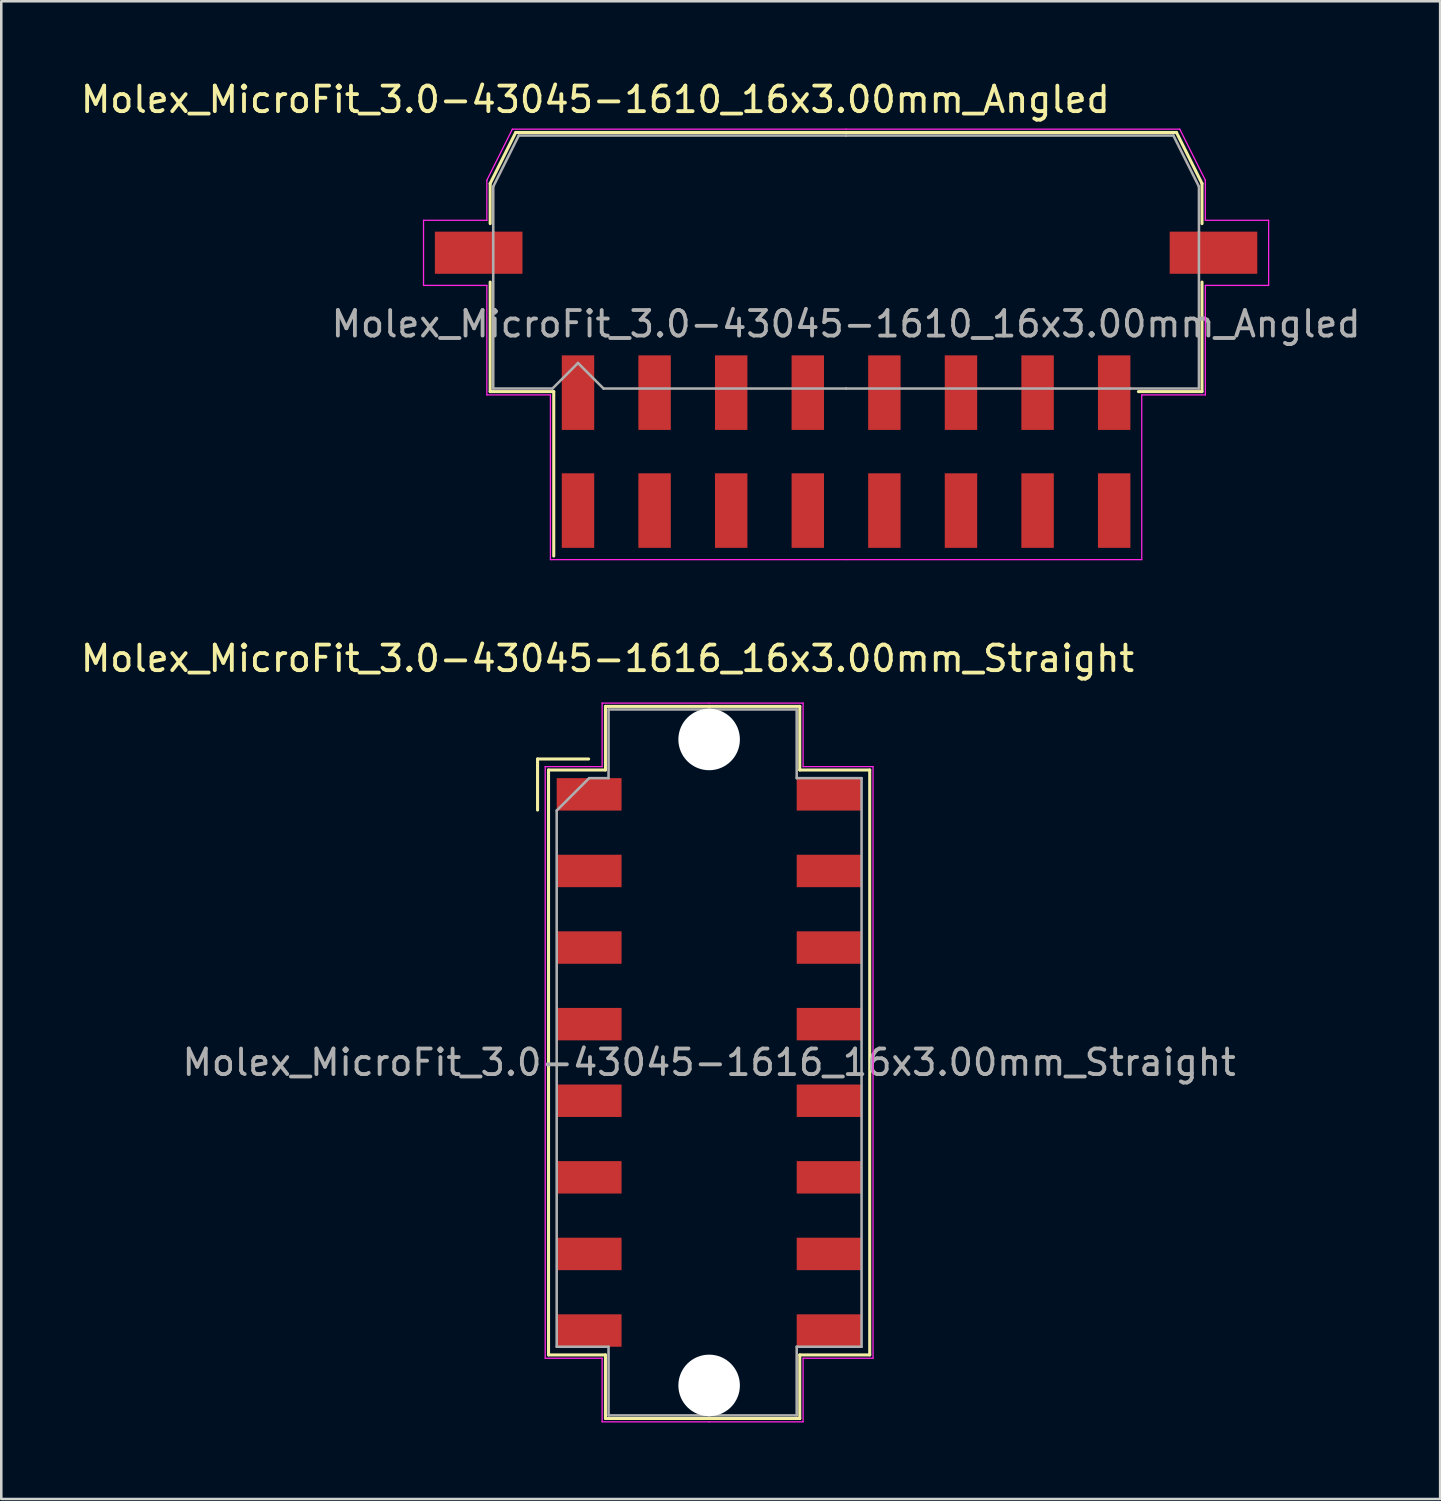
<source format=kicad_pcb>
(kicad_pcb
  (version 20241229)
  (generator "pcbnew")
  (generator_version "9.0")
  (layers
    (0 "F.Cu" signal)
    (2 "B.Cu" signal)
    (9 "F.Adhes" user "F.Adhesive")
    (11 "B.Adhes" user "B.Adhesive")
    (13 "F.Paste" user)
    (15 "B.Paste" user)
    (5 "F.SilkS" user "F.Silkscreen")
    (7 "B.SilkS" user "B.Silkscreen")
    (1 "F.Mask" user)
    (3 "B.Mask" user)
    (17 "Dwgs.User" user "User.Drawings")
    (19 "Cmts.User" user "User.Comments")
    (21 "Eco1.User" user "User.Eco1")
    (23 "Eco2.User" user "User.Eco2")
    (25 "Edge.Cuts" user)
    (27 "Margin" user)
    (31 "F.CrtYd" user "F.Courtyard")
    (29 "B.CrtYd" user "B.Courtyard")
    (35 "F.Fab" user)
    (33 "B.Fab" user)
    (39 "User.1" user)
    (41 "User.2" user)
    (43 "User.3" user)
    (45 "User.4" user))
  (footprint "Molex_MicroFit_3.0-43045-1610_16x3.00mm_Angled"
    (layer "F.Cu")
    (at 30.088 14.638)
    (property "Reference" "Molex_MicroFit_3.0-43045-1610_16x3.00mm_Angled" (at -9.82 -13.79 0) (layer "F.SilkS") (effects (font (size 1 1) (thickness 0.15))))
    (attr smd)
    (fp_line (start -13.94 -10.5) (end -13.94 -8.93) (stroke (width 0.12) (type solid)) (layer "F.SilkS"))
    (fp_line (start -13.94 -6.64) (end -13.94 -2.35) (stroke (width 0.12) (type solid)) (layer "F.SilkS"))
    (fp_line (start -13.94 -2.35) (end -11.45 -2.35) (stroke (width 0.12) (type solid)) (layer "F.SilkS"))
    (fp_line (start -12.94 -12.5) (end -13.94 -10.5) (stroke (width 0.12) (type solid)) (layer "F.SilkS"))
    (fp_line (start -11.45 -2.35) (end -11.45 4.09) (stroke (width 0.12) (type solid)) (layer "F.SilkS"))
    (fp_line (start 0 -12.5) (end -12.94 -12.5) (stroke (width 0.12) (type solid)) (layer "F.SilkS"))
    (fp_line (start 0 -12.5) (end 12.94 -12.5) (stroke (width 0.12) (type solid)) (layer "F.SilkS"))
    (fp_line (start 12.94 -12.5) (end 13.94 -10.5) (stroke (width 0.12) (type solid)) (layer "F.SilkS"))
    (fp_line (start 13.94 -10.5) (end 13.94 -8.93) (stroke (width 0.12) (type solid)) (layer "F.SilkS"))
    (fp_line (start 13.94 -6.64) (end 13.94 -2.35) (stroke (width 0.12) (type solid)) (layer "F.SilkS"))
    (fp_line (start 13.94 -2.35) (end 11.45 -2.35) (stroke (width 0.12) (type solid)) (layer "F.SilkS"))
    (fp_line (start -16.55 -9.06) (end -16.55 -6.51) (stroke (width 0.05) (type solid)) (layer "F.CrtYd"))
    (fp_line (start -16.55 -6.51) (end -14.07 -6.51) (stroke (width 0.05) (type solid)) (layer "F.CrtYd"))
    (fp_line (start -14.07 -10.63) (end -14.07 -9.06) (stroke (width 0.05) (type solid)) (layer "F.CrtYd"))
    (fp_line (start -14.07 -9.06) (end -16.55 -9.06) (stroke (width 0.05) (type solid)) (layer "F.CrtYd"))
    (fp_line (start -14.07 -6.51) (end -14.07 -2.22) (stroke (width 0.05) (type solid)) (layer "F.CrtYd"))
    (fp_line (start -14.07 -2.22) (end -11.58 -2.22) (stroke (width 0.05) (type solid)) (layer "F.CrtYd"))
    (fp_line (start -13.07 -12.63) (end -14.07 -10.63) (stroke (width 0.05) (type solid)) (layer "F.CrtYd"))
    (fp_line (start -11.58 -2.22) (end -11.58 4.23) (stroke (width 0.05) (type solid)) (layer "F.CrtYd"))
    (fp_line (start -11.58 4.23) (end 0 4.23) (stroke (width 0.05) (type solid)) (layer "F.CrtYd"))
    (fp_line (start 0 -12.63) (end -13.07 -12.63) (stroke (width 0.05) (type solid)) (layer "F.CrtYd"))
    (fp_line (start 0 -12.63) (end 13.07 -12.63) (stroke (width 0.05) (type solid)) (layer "F.CrtYd"))
    (fp_line (start 11.58 -2.22) (end 11.58 4.23) (stroke (width 0.05) (type solid)) (layer "F.CrtYd"))
    (fp_line (start 11.58 4.23) (end 0 4.23) (stroke (width 0.05) (type solid)) (layer "F.CrtYd"))
    (fp_line (start 13.07 -12.63) (end 14.07 -10.63) (stroke (width 0.05) (type solid)) (layer "F.CrtYd"))
    (fp_line (start 14.07 -10.63) (end 14.07 -9.06) (stroke (width 0.05) (type solid)) (layer "F.CrtYd"))
    (fp_line (start 14.07 -9.06) (end 16.55 -9.06) (stroke (width 0.05) (type solid)) (layer "F.CrtYd"))
    (fp_line (start 14.07 -6.51) (end 14.07 -2.22) (stroke (width 0.05) (type solid)) (layer "F.CrtYd"))
    (fp_line (start 14.07 -2.22) (end 11.58 -2.22) (stroke (width 0.05) (type solid)) (layer "F.CrtYd"))
    (fp_line (start 16.55 -9.06) (end 16.55 -6.51) (stroke (width 0.05) (type solid)) (layer "F.CrtYd"))
    (fp_line (start 16.55 -6.51) (end 14.07 -6.51) (stroke (width 0.05) (type solid)) (layer "F.CrtYd"))
    (fp_line (start -13.82 -10.38) (end -13.82 -8.61) (stroke (width 0.1) (type solid)) (layer "F.Fab"))
    (fp_line (start -13.82 -8.61) (end -13.82 -2.47) (stroke (width 0.1) (type solid)) (layer "F.Fab"))
    (fp_line (start -13.82 -2.47) (end -11.5 -2.47) (stroke (width 0.1) (type solid)) (layer "F.Fab"))
    (fp_line (start -12.82 -12.38) (end -13.82 -10.38) (stroke (width 0.1) (type solid)) (layer "F.Fab"))
    (fp_line (start -11.5 -2.47) (end -10.5 -3.47) (stroke (width 0.1) (type solid)) (layer "F.Fab"))
    (fp_line (start -10.5 -3.47) (end -9.5 -2.47) (stroke (width 0.1) (type solid)) (layer "F.Fab"))
    (fp_line (start -9.5 -2.47) (end 0 -2.47) (stroke (width 0.1) (type solid)) (layer "F.Fab"))
    (fp_line (start 0 -12.38) (end -12.82 -12.38) (stroke (width 0.1) (type solid)) (layer "F.Fab"))
    (fp_line (start 0 -12.38) (end 12.82 -12.38) (stroke (width 0.1) (type solid)) (layer "F.Fab"))
    (fp_line (start 11.13 -2.47) (end 0 -2.47) (stroke (width 0.1) (type solid)) (layer "F.Fab"))
    (fp_line (start 12.82 -12.38) (end 13.82 -10.38) (stroke (width 0.1) (type solid)) (layer "F.Fab"))
    (fp_line (start 13.82 -10.38) (end 13.82 -8.61) (stroke (width 0.1) (type solid)) (layer "F.Fab"))
    (fp_line (start 13.82 -8.61) (end 13.82 -2.47) (stroke (width 0.1) (type solid)) (layer "F.Fab"))
    (fp_line (start 13.82 -2.47) (end 11.13 -2.47) (stroke (width 0.1) (type solid)) (layer "F.Fab"))
    (fp_text user "${REFERENCE}" (at 0 -5 0) (layer "F.Fab") (effects (font (size 1 1) (thickness 0.15))))
    (pad "" smd rect (at -14.39 -7.79) (size 3.43 1.65) (layers "F.Cu" "F.Mask" "F.Paste"))
    (pad "" smd rect (at 14.39 -7.79) (size 3.43 1.65) (layers "F.Cu" "F.Mask" "F.Paste"))
    (pad "1" smd rect (at -10.5 -2.31) (size 1.27 2.92) (layers "F.Cu" "F.Mask" "F.Paste"))
    (pad "2" smd rect (at -7.5 -2.31) (size 1.27 2.92) (layers "F.Cu" "F.Mask" "F.Paste"))
    (pad "3" smd rect (at -4.5 -2.31) (size 1.27 2.92) (layers "F.Cu" "F.Mask" "F.Paste"))
    (pad "4" smd rect (at -1.5 -2.31) (size 1.27 2.92) (layers "F.Cu" "F.Mask" "F.Paste"))
    (pad "5" smd rect (at 1.5 -2.31) (size 1.27 2.92) (layers "F.Cu" "F.Mask" "F.Paste"))
    (pad "6" smd rect (at 4.5 -2.31) (size 1.27 2.92) (layers "F.Cu" "F.Mask" "F.Paste"))
    (pad "7" smd rect (at 7.5 -2.31) (size 1.27 2.92) (layers "F.Cu" "F.Mask" "F.Paste"))
    (pad "8" smd rect (at 10.5 -2.31) (size 1.27 2.92) (layers "F.Cu" "F.Mask" "F.Paste"))
    (pad "9" smd rect (at 10.5 2.31) (size 1.27 2.92) (layers "F.Cu" "F.Mask" "F.Paste"))
    (pad "10" smd rect (at 7.5 2.31) (size 1.27 2.92) (layers "F.Cu" "F.Mask" "F.Paste"))
    (pad "11" smd rect (at 4.5 2.31) (size 1.27 2.92) (layers "F.Cu" "F.Mask" "F.Paste"))
    (pad "12" smd rect (at 1.5 2.31) (size 1.27 2.92) (layers "F.Cu" "F.Mask" "F.Paste"))
    (pad "13" smd rect (at -1.5 2.31) (size 1.27 2.92) (layers "F.Cu" "F.Mask" "F.Paste"))
    (pad "14" smd rect (at -4.5 2.31) (size 1.27 2.92) (layers "F.Cu" "F.Mask" "F.Paste"))
    (pad "15" smd rect (at -7.5 2.31) (size 1.27 2.92) (layers "F.Cu" "F.Mask" "F.Paste"))
    (pad "16" smd rect (at -10.5 2.31) (size 1.27 2.92) (layers "F.Cu" "F.Mask" "F.Paste")))
  (footprint "Molex_MicroFit_3.0-43045-1616_16x3.00mm_Straight"
    (layer "F.Cu")
    (at 24.724 38.562)
    (property "Reference" "Molex_MicroFit_3.0-43045-1616_16x3.00mm_Straight" (at -3.98 -15.82 0) (layer "F.SilkS") (effects (font (size 1 1) (thickness 0.15))))
    (attr smd)
    (fp_line (start -6.72 -11.885) (end -6.72 -9.885) (stroke (width 0.12) (type solid)) (layer "F.SilkS"))
    (fp_line (start -6.29 -11.455) (end -4.06 -11.455) (stroke (width 0.12) (type solid)) (layer "F.SilkS"))
    (fp_line (start -6.29 11.455) (end -6.29 -11.455) (stroke (width 0.12) (type solid)) (layer "F.SilkS"))
    (fp_line (start -4.72 -11.885) (end -6.72 -11.885) (stroke (width 0.12) (type solid)) (layer "F.SilkS"))
    (fp_line (start -4.06 -13.945) (end 0 -13.945) (stroke (width 0.12) (type solid)) (layer "F.SilkS"))
    (fp_line (start -4.06 -11.455) (end -4.06 -13.945) (stroke (width 0.12) (type solid)) (layer "F.SilkS"))
    (fp_line (start -4.06 11.455) (end -6.29 11.455) (stroke (width 0.12) (type solid)) (layer "F.SilkS"))
    (fp_line (start -4.06 13.945) (end -4.06 11.455) (stroke (width 0.12) (type solid)) (layer "F.SilkS"))
    (fp_line (start 0 -13.945) (end 3.55 -13.945) (stroke (width 0.12) (type solid)) (layer "F.SilkS"))
    (fp_line (start 0 13.945) (end -4.06 13.945) (stroke (width 0.12) (type solid)) (layer "F.SilkS"))
    (fp_line (start 3.55 -13.945) (end 3.55 -11.455) (stroke (width 0.12) (type solid)) (layer "F.SilkS"))
    (fp_line (start 3.55 -11.455) (end 6.29 -11.455) (stroke (width 0.12) (type solid)) (layer "F.SilkS"))
    (fp_line (start 3.55 11.455) (end 3.55 13.945) (stroke (width 0.12) (type solid)) (layer "F.SilkS"))
    (fp_line (start 3.55 13.945) (end 0 13.945) (stroke (width 0.12) (type solid)) (layer "F.SilkS"))
    (fp_line (start 6.29 -11.455) (end 6.29 11.455) (stroke (width 0.12) (type solid)) (layer "F.SilkS"))
    (fp_line (start 6.29 11.455) (end 3.55 11.455) (stroke (width 0.12) (type solid)) (layer "F.SilkS"))
    (fp_line (start -6.42 -11.585) (end -4.19 -11.585) (stroke (width 0.05) (type solid)) (layer "F.CrtYd"))
    (fp_line (start -6.42 11.585) (end -6.42 -11.585) (stroke (width 0.05) (type solid)) (layer "F.CrtYd"))
    (fp_line (start -4.19 -14.075) (end 0 -14.075) (stroke (width 0.05) (type solid)) (layer "F.CrtYd"))
    (fp_line (start -4.19 -11.585) (end -4.19 -14.075) (stroke (width 0.05) (type solid)) (layer "F.CrtYd"))
    (fp_line (start -4.19 11.585) (end -6.42 11.585) (stroke (width 0.05) (type solid)) (layer "F.CrtYd"))
    (fp_line (start -4.19 14.075) (end -4.19 11.585) (stroke (width 0.05) (type solid)) (layer "F.CrtYd"))
    (fp_line (start 0 -14.075) (end 3.68 -14.075) (stroke (width 0.05) (type solid)) (layer "F.CrtYd"))
    (fp_line (start 0 14.075) (end -4.19 14.075) (stroke (width 0.05) (type solid)) (layer "F.CrtYd"))
    (fp_line (start 3.68 -14.075) (end 3.68 -11.585) (stroke (width 0.05) (type solid)) (layer "F.CrtYd"))
    (fp_line (start 3.68 -11.585) (end 6.42 -11.585) (stroke (width 0.05) (type solid)) (layer "F.CrtYd"))
    (fp_line (start 3.68 11.585) (end 3.68 14.075) (stroke (width 0.05) (type solid)) (layer "F.CrtYd"))
    (fp_line (start 3.68 14.075) (end 0 14.075) (stroke (width 0.05) (type solid)) (layer "F.CrtYd"))
    (fp_line (start 6.42 -11.585) (end 6.42 11.585) (stroke (width 0.05) (type solid)) (layer "F.CrtYd"))
    (fp_line (start 6.42 11.585) (end 3.68 11.585) (stroke (width 0.05) (type solid)) (layer "F.CrtYd"))
    (fp_line (start -5.97 -9.865) (end -4.7 -11.135) (stroke (width 0.1) (type solid)) (layer "F.Fab"))
    (fp_line (start -5.97 11.135) (end -5.97 -9.865) (stroke (width 0.1) (type solid)) (layer "F.Fab"))
    (fp_line (start -4.7 -11.135) (end -3.94 -11.135) (stroke (width 0.1) (type solid)) (layer "F.Fab"))
    (fp_line (start -3.94 -13.825) (end 0 -13.825) (stroke (width 0.1) (type solid)) (layer "F.Fab"))
    (fp_line (start -3.94 -11.135) (end -3.94 -13.825) (stroke (width 0.1) (type solid)) (layer "F.Fab"))
    (fp_line (start -3.94 11.135) (end -5.97 11.135) (stroke (width 0.1) (type solid)) (layer "F.Fab"))
    (fp_line (start -3.94 13.825) (end -3.94 11.135) (stroke (width 0.1) (type solid)) (layer "F.Fab"))
    (fp_line (start 0 -13.825) (end 3.43 -13.825) (stroke (width 0.1) (type solid)) (layer "F.Fab"))
    (fp_line (start 0 13.825) (end -3.94 13.825) (stroke (width 0.1) (type solid)) (layer "F.Fab"))
    (fp_line (start 3.43 -13.825) (end 3.43 -11.135) (stroke (width 0.1) (type solid)) (layer "F.Fab"))
    (fp_line (start 3.43 -11.135) (end 5.97 -11.135) (stroke (width 0.1) (type solid)) (layer "F.Fab"))
    (fp_line (start 3.43 11.135) (end 3.43 13.825) (stroke (width 0.1) (type solid)) (layer "F.Fab"))
    (fp_line (start 3.43 13.825) (end 0 13.825) (stroke (width 0.1) (type solid)) (layer "F.Fab"))
    (fp_line (start 5.97 -11.135) (end 5.97 11.135) (stroke (width 0.1) (type solid)) (layer "F.Fab"))
    (fp_line (start 5.97 11.135) (end 3.43 11.135) (stroke (width 0.1) (type solid)) (layer "F.Fab"))
    (fp_text user "${REFERENCE}" (at 0 0 0) (layer "F.Fab") (effects (font (size 1 1) (thickness 0.15))))
    (pad "" np_thru_hole circle (at 0 -12.65) (size 2.41 2.41) (drill 2.41) (layers "*.Cu"))
    (pad "" np_thru_hole circle (at 0 12.65) (size 2.41 2.41) (drill 2.41) (layers "*.Cu"))
    (pad "1" smd rect (at -4.7 -10.5) (size 2.54 1.27) (layers "F.Cu" "F.Mask" "F.Paste"))
    (pad "2" smd rect (at -4.7 -7.5) (size 2.54 1.27) (layers "F.Cu" "F.Mask" "F.Paste"))
    (pad "3" smd rect (at -4.7 -4.5) (size 2.54 1.27) (layers "F.Cu" "F.Mask" "F.Paste"))
    (pad "4" smd rect (at -4.7 -1.5) (size 2.54 1.27) (layers "F.Cu" "F.Mask" "F.Paste"))
    (pad "5" smd rect (at -4.7 1.5) (size 2.54 1.27) (layers "F.Cu" "F.Mask" "F.Paste"))
    (pad "6" smd rect (at -4.7 4.5) (size 2.54 1.27) (layers "F.Cu" "F.Mask" "F.Paste"))
    (pad "7" smd rect (at -4.7 7.5) (size 2.54 1.27) (layers "F.Cu" "F.Mask" "F.Paste"))
    (pad "8" smd rect (at -4.7 10.5) (size 2.54 1.27) (layers "F.Cu" "F.Mask" "F.Paste"))
    (pad "9" smd rect (at 4.7 10.5) (size 2.54 1.27) (layers "F.Cu" "F.Mask" "F.Paste"))
    (pad "10" smd rect (at 4.7 7.5) (size 2.54 1.27) (layers "F.Cu" "F.Mask" "F.Paste"))
    (pad "11" smd rect (at 4.7 4.5) (size 2.54 1.27) (layers "F.Cu" "F.Mask" "F.Paste"))
    (pad "12" smd rect (at 4.7 1.5) (size 2.54 1.27) (layers "F.Cu" "F.Mask" "F.Paste"))
    (pad "13" smd rect (at 4.7 -1.5) (size 2.54 1.27) (layers "F.Cu" "F.Mask" "F.Paste"))
    (pad "14" smd rect (at 4.7 -4.5) (size 2.54 1.27) (layers "F.Cu" "F.Mask" "F.Paste"))
    (pad "15" smd rect (at 4.7 -7.5) (size 2.54 1.27) (layers "F.Cu" "F.Mask" "F.Paste"))
    (pad "16" smd rect (at 4.7 -10.5) (size 2.54 1.27) (layers "F.Cu" "F.Mask" "F.Paste")))
  (gr_rect
    (start -3 -3)
    (end 53.356 55.661)
    (stroke (width 0.1) (type default))
    (fill no)
    (layer "Edge.Cuts")))
</source>
